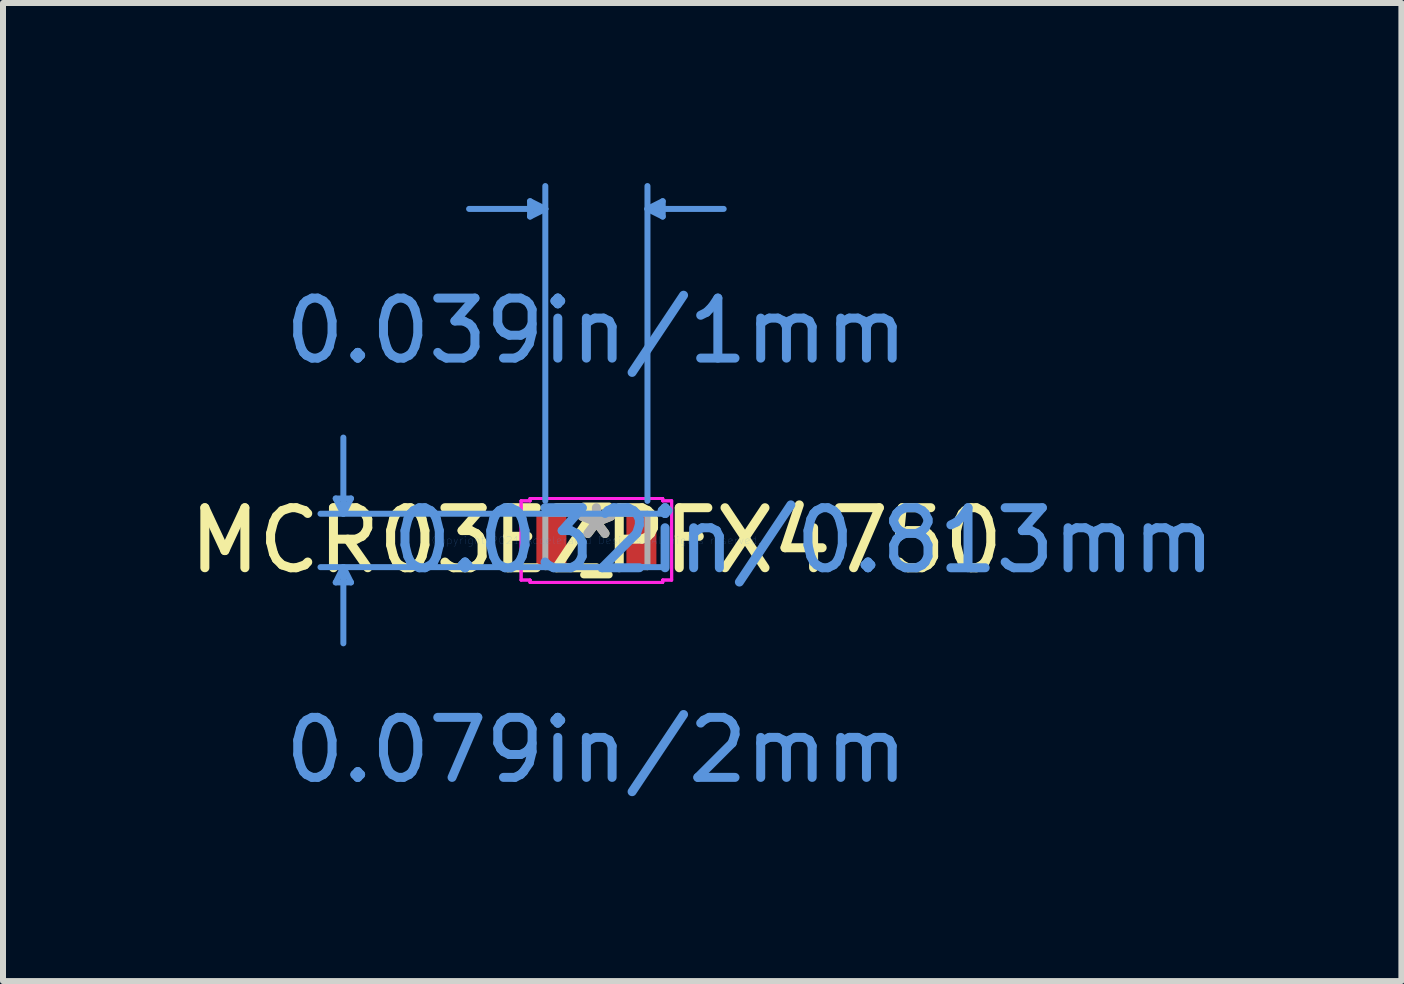
<source format=kicad_pcb>
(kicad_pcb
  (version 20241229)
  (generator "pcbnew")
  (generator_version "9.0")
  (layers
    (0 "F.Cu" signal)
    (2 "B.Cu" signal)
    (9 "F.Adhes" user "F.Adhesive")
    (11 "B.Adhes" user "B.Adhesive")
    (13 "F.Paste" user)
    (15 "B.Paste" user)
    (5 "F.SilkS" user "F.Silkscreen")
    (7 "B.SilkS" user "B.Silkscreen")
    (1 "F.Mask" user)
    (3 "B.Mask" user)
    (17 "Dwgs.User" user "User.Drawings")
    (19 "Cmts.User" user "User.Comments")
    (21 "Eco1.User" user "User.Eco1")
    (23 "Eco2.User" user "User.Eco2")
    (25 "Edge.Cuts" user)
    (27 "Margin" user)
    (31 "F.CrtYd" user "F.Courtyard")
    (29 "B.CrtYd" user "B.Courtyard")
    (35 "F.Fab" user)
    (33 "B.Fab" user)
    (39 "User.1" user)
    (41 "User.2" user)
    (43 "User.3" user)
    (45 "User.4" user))
  (footprint "MCR03EZPFX4750"
    (layer "F.Cu")
    (at 6.887 5.955)
    (property "Reference" "MCR03EZPFX4750" (at 0 0 0) (layer "F.SilkS") (effects (font (size 1 1) (thickness 0.15))))
    (attr through_hole)
    (fp_line (start -0.211 0.572) (end 0.211 0.572) (stroke (width 0.12) (type solid)) (layer "F.SilkS"))
    (fp_line (start 0.211 -0.572) (end -0.211 -0.572) (stroke (width 0.12) (type solid)) (layer "F.SilkS"))
    (fp_line (start -4.343 -0.699) (end -4.089 -0.699) (stroke (width 0.1) (type solid)) (layer "Cmts.User"))
    (fp_line (start -4.343 0.699) (end -4.089 0.699) (stroke (width 0.1) (type solid)) (layer "Cmts.User"))
    (fp_line (start -4.216 -0.445) (end -4.343 -0.699) (stroke (width 0.1) (type solid)) (layer "Cmts.User"))
    (fp_line (start -4.216 -0.445) (end -4.216 -1.714) (stroke (width 0.1) (type solid)) (layer "Cmts.User"))
    (fp_line (start -4.216 -0.445) (end -4.089 -0.699) (stroke (width 0.1) (type solid)) (layer "Cmts.User"))
    (fp_line (start -4.216 0.445) (end -4.343 0.699) (stroke (width 0.1) (type solid)) (layer "Cmts.User"))
    (fp_line (start -4.216 0.445) (end -4.216 1.714) (stroke (width 0.1) (type solid)) (layer "Cmts.User"))
    (fp_line (start -4.216 0.445) (end -4.089 0.699) (stroke (width 0.1) (type solid)) (layer "Cmts.User"))
    (fp_line (start -1.105 -5.652) (end -1.105 -5.397) (stroke (width 0.1) (type solid)) (layer "Cmts.User"))
    (fp_line (start -0.851 -5.524) (end -2.121 -5.524) (stroke (width 0.1) (type solid)) (layer "Cmts.User"))
    (fp_line (start -0.851 -5.524) (end -1.105 -5.652) (stroke (width 0.1) (type solid)) (layer "Cmts.User"))
    (fp_line (start -0.851 -5.524) (end -1.105 -5.397) (stroke (width 0.1) (type solid)) (layer "Cmts.User"))
    (fp_line (start -0.851 -0.66) (end -0.851 -5.905) (stroke (width 0.1) (type solid)) (layer "Cmts.User"))
    (fp_line (start 0.851 -5.524) (end 1.105 -5.652) (stroke (width 0.1) (type solid)) (layer "Cmts.User"))
    (fp_line (start 0.851 -5.524) (end 1.105 -5.397) (stroke (width 0.1) (type solid)) (layer "Cmts.User"))
    (fp_line (start 0.851 -5.524) (end 2.121 -5.524) (stroke (width 0.1) (type solid)) (layer "Cmts.User"))
    (fp_line (start 0.851 -0.66) (end 0.851 -5.905) (stroke (width 0.1) (type solid)) (layer "Cmts.User"))
    (fp_line (start 1.105 -5.652) (end 1.105 -5.397) (stroke (width 0.1) (type solid)) (layer "Cmts.User"))
    (fp_line (start 1.105 -0.445) (end -4.597 -0.445) (stroke (width 0.1) (type solid)) (layer "Cmts.User"))
    (fp_line (start 1.105 0.445) (end -4.597 0.445) (stroke (width 0.1) (type solid)) (layer "Cmts.User"))
    (fp_line (start -1.254 -0.66) (end -1.105 -0.66) (stroke (width 0.05) (type solid)) (layer "F.CrtYd"))
    (fp_line (start -1.254 -0.66) (end -1.105 -0.66) (stroke (width 0.05) (type solid)) (layer "F.CrtYd"))
    (fp_line (start -1.254 0.66) (end -1.254 -0.66) (stroke (width 0.05) (type solid)) (layer "F.CrtYd"))
    (fp_line (start -1.254 0.66) (end -1.254 -0.66) (stroke (width 0.05) (type solid)) (layer "F.CrtYd"))
    (fp_line (start -1.105 -0.699) (end 1.105 -0.699) (stroke (width 0.05) (type solid)) (layer "F.CrtYd"))
    (fp_line (start -1.105 -0.699) (end 1.105 -0.699) (stroke (width 0.05) (type solid)) (layer "F.CrtYd"))
    (fp_line (start -1.105 -0.66) (end -1.105 -0.699) (stroke (width 0.05) (type solid)) (layer "F.CrtYd"))
    (fp_line (start -1.105 -0.66) (end -1.105 -0.699) (stroke (width 0.05) (type solid)) (layer "F.CrtYd"))
    (fp_line (start -1.105 0.66) (end -1.254 0.66) (stroke (width 0.05) (type solid)) (layer "F.CrtYd"))
    (fp_line (start -1.105 0.66) (end -1.254 0.66) (stroke (width 0.05) (type solid)) (layer "F.CrtYd"))
    (fp_line (start -1.105 0.699) (end -1.105 0.66) (stroke (width 0.05) (type solid)) (layer "F.CrtYd"))
    (fp_line (start -1.105 0.699) (end -1.105 0.66) (stroke (width 0.05) (type solid)) (layer "F.CrtYd"))
    (fp_line (start 1.105 -0.699) (end 1.105 -0.66) (stroke (width 0.05) (type solid)) (layer "F.CrtYd"))
    (fp_line (start 1.105 -0.699) (end 1.105 -0.66) (stroke (width 0.05) (type solid)) (layer "F.CrtYd"))
    (fp_line (start 1.105 -0.66) (end 1.254 -0.66) (stroke (width 0.05) (type solid)) (layer "F.CrtYd"))
    (fp_line (start 1.105 -0.66) (end 1.254 -0.66) (stroke (width 0.05) (type solid)) (layer "F.CrtYd"))
    (fp_line (start 1.105 0.66) (end 1.105 0.699) (stroke (width 0.05) (type solid)) (layer "F.CrtYd"))
    (fp_line (start 1.105 0.66) (end 1.105 0.699) (stroke (width 0.05) (type solid)) (layer "F.CrtYd"))
    (fp_line (start 1.105 0.699) (end -1.105 0.699) (stroke (width 0.05) (type solid)) (layer "F.CrtYd"))
    (fp_line (start 1.105 0.699) (end -1.105 0.699) (stroke (width 0.05) (type solid)) (layer "F.CrtYd"))
    (fp_line (start 1.254 -0.66) (end 1.254 0.66) (stroke (width 0.05) (type solid)) (layer "F.CrtYd"))
    (fp_line (start 1.254 -0.66) (end 1.254 0.66) (stroke (width 0.05) (type solid)) (layer "F.CrtYd"))
    (fp_line (start 1.254 0.66) (end 1.105 0.66) (stroke (width 0.05) (type solid)) (layer "F.CrtYd"))
    (fp_line (start 1.254 0.66) (end 1.105 0.66) (stroke (width 0.05) (type solid)) (layer "F.CrtYd"))
    (fp_line (start -0.851 -0.445) (end -0.851 0.445) (stroke (width 0.1) (type solid)) (layer "F.Fab"))
    (fp_line (start -0.851 0.445) (end 0.851 0.445) (stroke (width 0.1) (type solid)) (layer "F.Fab"))
    (fp_line (start 0.851 -0.445) (end -0.851 -0.445) (stroke (width 0.1) (type solid)) (layer "F.Fab"))
    (fp_line (start 0.851 0.445) (end 0.851 -0.445) (stroke (width 0.1) (type solid)) (layer "F.Fab"))
    (fp_text user "*" (at 0 0 0) (layer "F.SilkS") (effects (font (size 1 1) (thickness 0.15))))
    (fp_text user "0.079in/2mm" (at 0 3.493 0) (layer "Cmts.User") (effects (font (size 1 1) (thickness 0.15))))
    (fp_text user "Copyright 2021 Accelerated Designs. All rights reserved." (at 0 0 0) (layer "Cmts.User") (effects (font (size 0.127 0.127) (thickness 0.002))))
    (fp_text user "0.032in/0.813mm" (at 3.454 0 0) (layer "Cmts.User") (effects (font (size 1 1) (thickness 0.15))))
    (fp_text user "0.039in/1mm" (at 0 -3.493 0) (layer "Cmts.User") (effects (font (size 1 1) (thickness 0.15))))
    (fp_text user "*" (at 0 0 0) (layer "F.Fab") (effects (font (size 1 1) (thickness 0.15))))
    (pad "1" smd rect (at -0.75 0) (size 0.5 0.813) (layers "F.Cu" "F.Mask" "F.Paste"))
    (pad "2" smd rect (at 0.75 0) (size 0.5 0.813) (layers "F.Cu" "F.Mask" "F.Paste")))
  (gr_rect
    (start -3 -3)
    (end 20.3 13.296)
    (stroke (width 0.1) (type default))
    (fill no)
    (layer "Edge.Cuts")))
</source>
